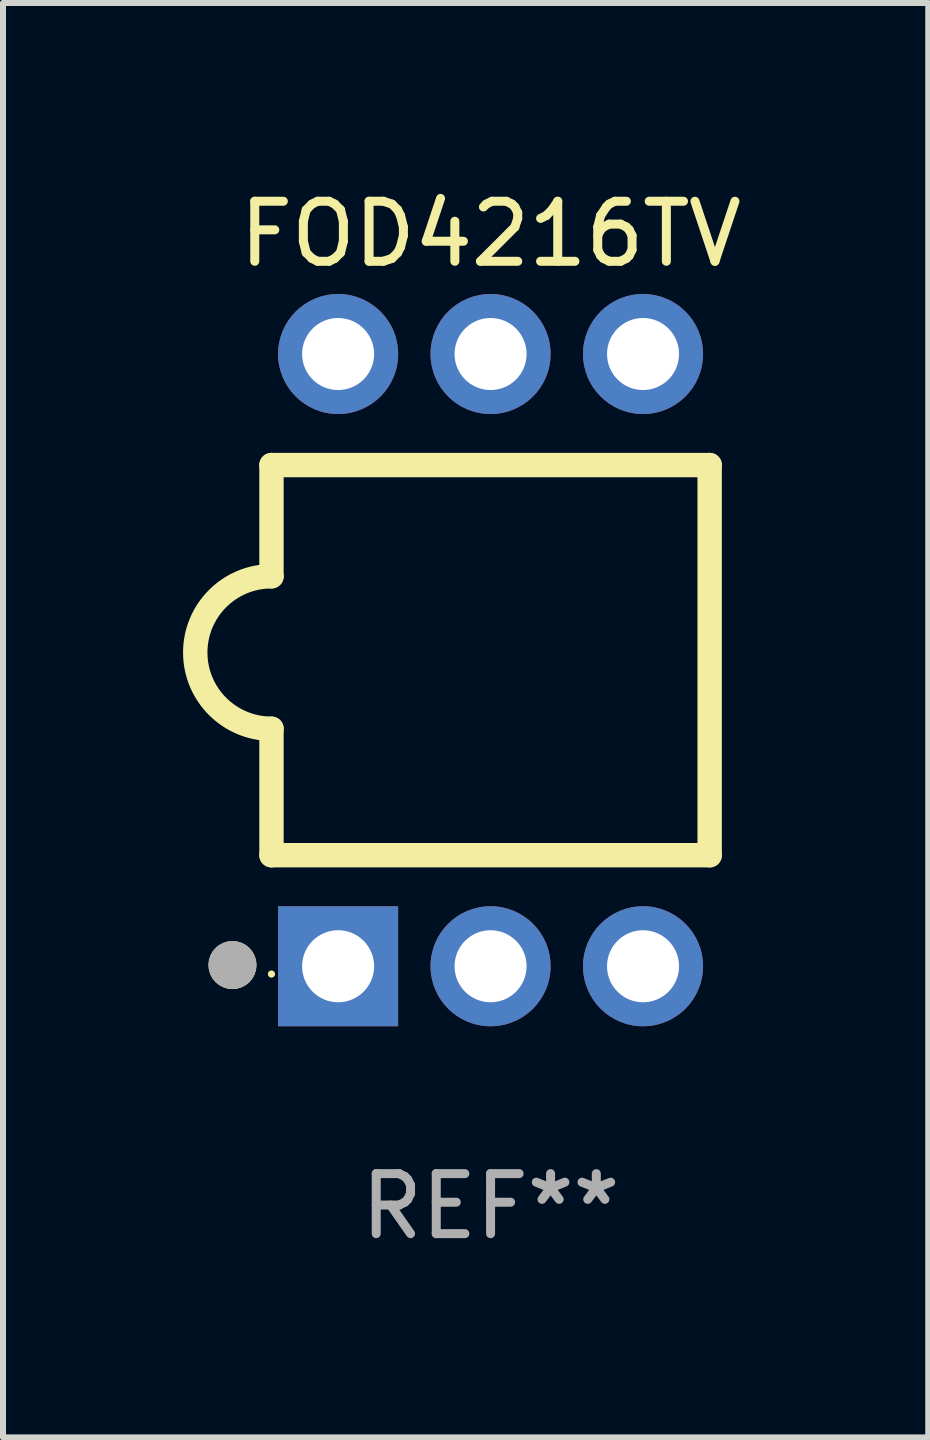
<source format=kicad_pcb>
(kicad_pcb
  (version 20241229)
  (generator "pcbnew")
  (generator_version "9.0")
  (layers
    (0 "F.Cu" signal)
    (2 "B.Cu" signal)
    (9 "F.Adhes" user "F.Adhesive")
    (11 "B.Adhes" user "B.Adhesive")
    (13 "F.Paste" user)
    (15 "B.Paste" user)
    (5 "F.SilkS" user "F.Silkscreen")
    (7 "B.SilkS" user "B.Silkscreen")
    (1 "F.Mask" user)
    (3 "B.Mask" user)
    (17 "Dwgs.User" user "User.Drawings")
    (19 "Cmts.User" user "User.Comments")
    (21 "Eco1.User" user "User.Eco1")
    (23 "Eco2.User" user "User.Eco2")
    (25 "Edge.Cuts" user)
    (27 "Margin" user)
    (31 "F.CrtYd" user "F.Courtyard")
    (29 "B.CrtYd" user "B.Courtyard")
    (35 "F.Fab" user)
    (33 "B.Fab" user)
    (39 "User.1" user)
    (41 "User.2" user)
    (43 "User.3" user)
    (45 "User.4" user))
  (footprint "FOD4216TV"
    (layer "F.Cu")
    (at 5.123 7.948)
    (property "Reference" "FOD4216TV" (at 0 -7.1 0) (layer "F.SilkS") (effects (font (size 1 1) (thickness 0.15))))
    (attr through_hole)
    (fp_line (start -3.65 1.143) (end -3.65 3.25) (stroke (width 0.406) (type solid)) (layer "F.SilkS"))
    (fp_line (start -3.65 -3.25) (end -3.65 -1.397) (stroke (width 0.406) (type solid)) (layer "F.SilkS"))
    (fp_line (start -3.65 -3.25) (end 3.65 -3.25) (stroke (width 0.406) (type solid)) (layer "F.SilkS"))
    (fp_line (start 3.65 -3.25) (end 3.65 3.25) (stroke (width 0.406) (type solid)) (layer "F.SilkS"))
    (fp_line (start 3.65 3.25) (end -3.65 3.25) (stroke (width 0.406) (type solid)) (layer "F.SilkS"))
    (fp_arc (start -3.650013 1.143002) (mid -4.919989 -0.127014) (end -3.649986 -1.397002) (stroke (width 0.4064) (type solid)) (layer "F.SilkS"))
    (fp_circle (center -4.3 5.08) (end -4.1 5.08) (stroke (width 0.4) (type solid)) (fill no) (layer "F.SilkS"))
    (fp_circle (center -3.65 5.23) (end -3.62 5.23) (stroke (width 0.06) (type solid)) (fill no) (layer "F.SilkS"))
    (fp_circle (center -4.3 5.08) (end -4.1 5.08) (stroke (width 0.4) (type solid)) (fill no) (layer "F.Fab"))
    (fp_text user "REF**" (at 0 9.1 0) (layer "F.Fab") (effects (font (size 1 1) (thickness 0.15))))
    (pad "1" thru_hole rect (at -2.54 5.1 90) (size 2 2) (drill 1.2) (layers "*.Cu" "*.Mask"))
    (pad "2" thru_hole circle (at 0 5.1) (size 2 2) (drill 1.2) (layers "*.Cu" "*.Mask"))
    (pad "3" thru_hole circle (at 2.54 5.1) (size 2 2) (drill 1.2) (layers "*.Cu" "*.Mask"))
    (pad "4" thru_hole circle (at 2.54 -5.1) (size 2 2) (drill 1.2) (layers "*.Cu" "*.Mask"))
    (pad "5" thru_hole circle (at 0 -5.1) (size 2 2) (drill 1.2) (layers "*.Cu" "*.Mask"))
    (pad "6" thru_hole circle (at -2.54 -5.1) (size 2 2) (drill 1.2) (layers "*.Cu" "*.Mask")))
  (gr_rect
    (start -3 -3)
    (end 12.415 20.897)
    (stroke (width 0.1) (type default))
    (fill no)
    (layer "Edge.Cuts")))
</source>
